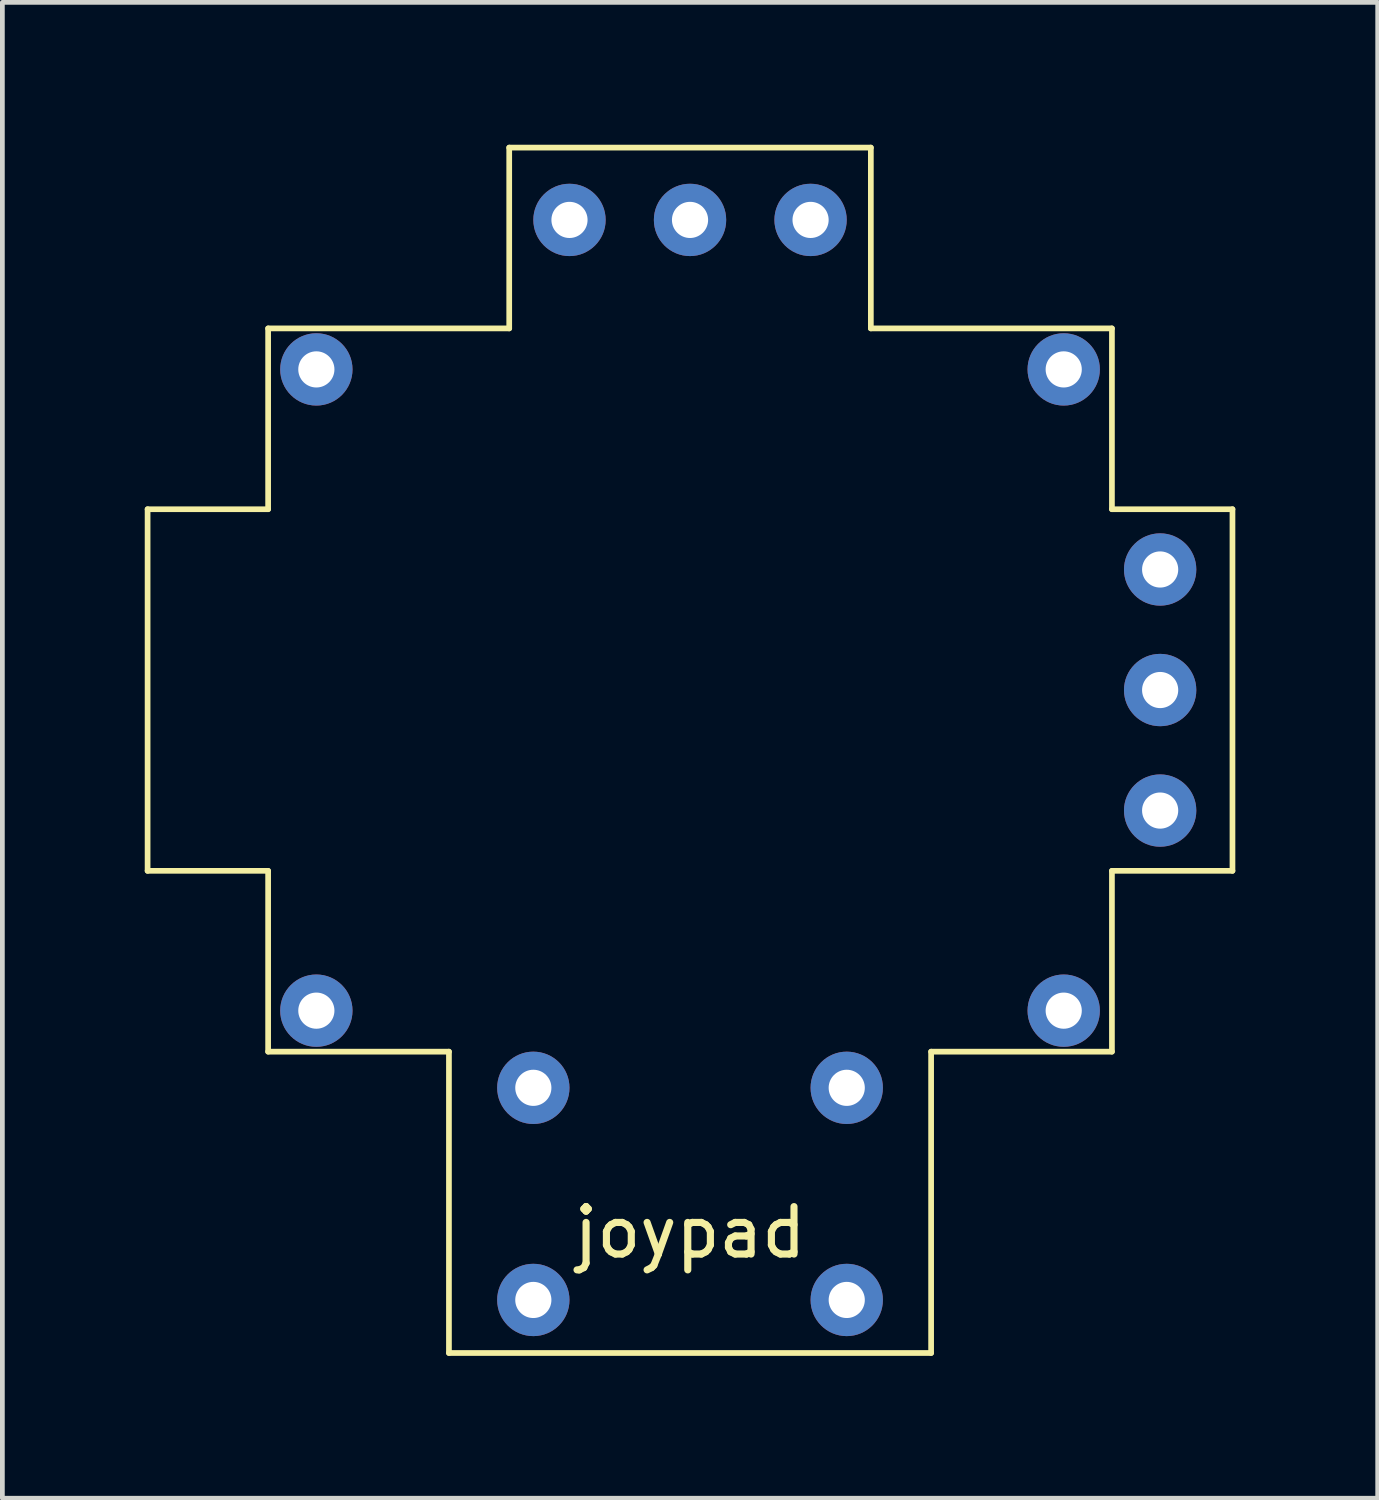
<source format=kicad_pcb>
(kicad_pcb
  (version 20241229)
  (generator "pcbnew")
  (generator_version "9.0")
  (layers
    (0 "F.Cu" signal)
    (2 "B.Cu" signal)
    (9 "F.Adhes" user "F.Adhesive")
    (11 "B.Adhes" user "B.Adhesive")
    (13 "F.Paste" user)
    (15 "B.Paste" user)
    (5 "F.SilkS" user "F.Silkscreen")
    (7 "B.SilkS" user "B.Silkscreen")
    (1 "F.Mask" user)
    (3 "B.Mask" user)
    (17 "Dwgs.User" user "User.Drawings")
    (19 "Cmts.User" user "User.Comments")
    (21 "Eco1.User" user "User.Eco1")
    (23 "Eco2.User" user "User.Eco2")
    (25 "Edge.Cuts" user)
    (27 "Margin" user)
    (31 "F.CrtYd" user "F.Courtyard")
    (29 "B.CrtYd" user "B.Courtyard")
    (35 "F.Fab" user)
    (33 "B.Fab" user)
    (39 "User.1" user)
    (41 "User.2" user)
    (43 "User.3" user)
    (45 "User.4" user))
  (footprint "joypad"
    (layer "F.Cu")
    (at 11.49 11.49)
    (property "Reference" "joypad" (at 0 11.43 0) (layer "F.SilkS") (effects (font (size 1 1) (thickness 0.15))))
    (attr through_hole)
    (fp_line (start -11.43 -3.81) (end -11.43 3.81) (stroke (width 0.12) (type solid)) (layer "F.SilkS"))
    (fp_line (start -11.43 3.81) (end -8.89 3.81) (stroke (width 0.12) (type solid)) (layer "F.SilkS"))
    (fp_line (start -8.89 -7.62) (end -8.89 -3.81) (stroke (width 0.12) (type solid)) (layer "F.SilkS"))
    (fp_line (start -8.89 -3.81) (end -11.43 -3.81) (stroke (width 0.12) (type solid)) (layer "F.SilkS"))
    (fp_line (start -8.89 3.81) (end -8.89 7.62) (stroke (width 0.12) (type solid)) (layer "F.SilkS"))
    (fp_line (start -8.89 7.62) (end -5.08 7.62) (stroke (width 0.12) (type solid)) (layer "F.SilkS"))
    (fp_line (start -5.08 7.62) (end -5.08 13.97) (stroke (width 0.12) (type solid)) (layer "F.SilkS"))
    (fp_line (start -5.08 13.97) (end 5.08 13.97) (stroke (width 0.12) (type solid)) (layer "F.SilkS"))
    (fp_line (start -3.81 -11.43) (end -3.81 -7.62) (stroke (width 0.12) (type solid)) (layer "F.SilkS"))
    (fp_line (start -3.81 -7.62) (end -8.89 -7.62) (stroke (width 0.12) (type solid)) (layer "F.SilkS"))
    (fp_line (start 3.81 -11.43) (end -3.81 -11.43) (stroke (width 0.12) (type solid)) (layer "F.SilkS"))
    (fp_line (start 3.81 -7.62) (end 3.81 -11.43) (stroke (width 0.12) (type solid)) (layer "F.SilkS"))
    (fp_line (start 5.08 7.62) (end 8.89 7.62) (stroke (width 0.12) (type solid)) (layer "F.SilkS"))
    (fp_line (start 5.08 13.97) (end 5.08 7.62) (stroke (width 0.12) (type solid)) (layer "F.SilkS"))
    (fp_line (start 8.89 -7.62) (end 3.81 -7.62) (stroke (width 0.12) (type solid)) (layer "F.SilkS"))
    (fp_line (start 8.89 -3.81) (end 8.89 -7.62) (stroke (width 0.12) (type solid)) (layer "F.SilkS"))
    (fp_line (start 8.89 3.81) (end 11.43 3.81) (stroke (width 0.12) (type solid)) (layer "F.SilkS"))
    (fp_line (start 8.89 7.62) (end 8.89 3.81) (stroke (width 0.12) (type solid)) (layer "F.SilkS"))
    (fp_line (start 11.43 -3.81) (end 8.89 -3.81) (stroke (width 0.12) (type solid)) (layer "F.SilkS"))
    (fp_line (start 11.43 3.81) (end 11.43 -3.81) (stroke (width 0.12) (type solid)) (layer "F.SilkS"))
    (pad "" np_thru_hole circle (at -7.874 -6.756) (size 1.524 1.524) (drill 0.762) (layers "*.Cu" "*.Mask"))
    (pad "" np_thru_hole circle (at -7.874 6.756) (size 1.524 1.524) (drill 0.762) (layers "*.Cu" "*.Mask"))
    (pad "" np_thru_hole circle (at 7.874 -6.756) (size 1.524 1.524) (drill 0.762) (layers "*.Cu" "*.Mask"))
    (pad "" np_thru_hole circle (at 7.874 6.756) (size 1.524 1.524) (drill 0.762) (layers "*.Cu" "*.Mask"))
    (pad "1" thru_hole circle (at -2.54 -9.906) (size 1.524 1.524) (drill 0.762) (layers "*.Cu" "*.Mask"))
    (pad "2" thru_hole circle (at 0 -9.906) (size 1.524 1.524) (drill 0.762) (layers "*.Cu" "*.Mask"))
    (pad "3" thru_hole circle (at 2.54 -9.906) (size 1.524 1.524) (drill 0.762) (layers "*.Cu" "*.Mask"))
    (pad "4" thru_hole circle (at 9.906 -2.54) (size 1.524 1.524) (drill 0.762) (layers "*.Cu" "*.Mask"))
    (pad "5" thru_hole circle (at 9.906 0) (size 1.524 1.524) (drill 0.762) (layers "*.Cu" "*.Mask"))
    (pad "6" thru_hole circle (at 9.906 2.54) (size 1.524 1.524) (drill 0.762) (layers "*.Cu" "*.Mask"))
    (pad "7" thru_hole circle (at -3.302 8.382) (size 1.524 1.524) (drill 0.762) (layers "*.Cu" "*.Mask"))
    (pad "8" thru_hole circle (at -3.302 12.852) (size 1.524 1.524) (drill 0.762) (layers "*.Cu" "*.Mask"))
    (pad "9" thru_hole circle (at 3.302 8.382) (size 1.524 1.524) (drill 0.762) (layers "*.Cu" "*.Mask"))
    (pad "10" thru_hole circle (at 3.302 12.852) (size 1.524 1.524) (drill 0.762) (layers "*.Cu" "*.Mask")))
  (gr_rect
    (start -3 -3)
    (end 25.98 28.52)
    (stroke (width 0.1) (type default))
    (fill no)
    (layer "Edge.Cuts")))
</source>
